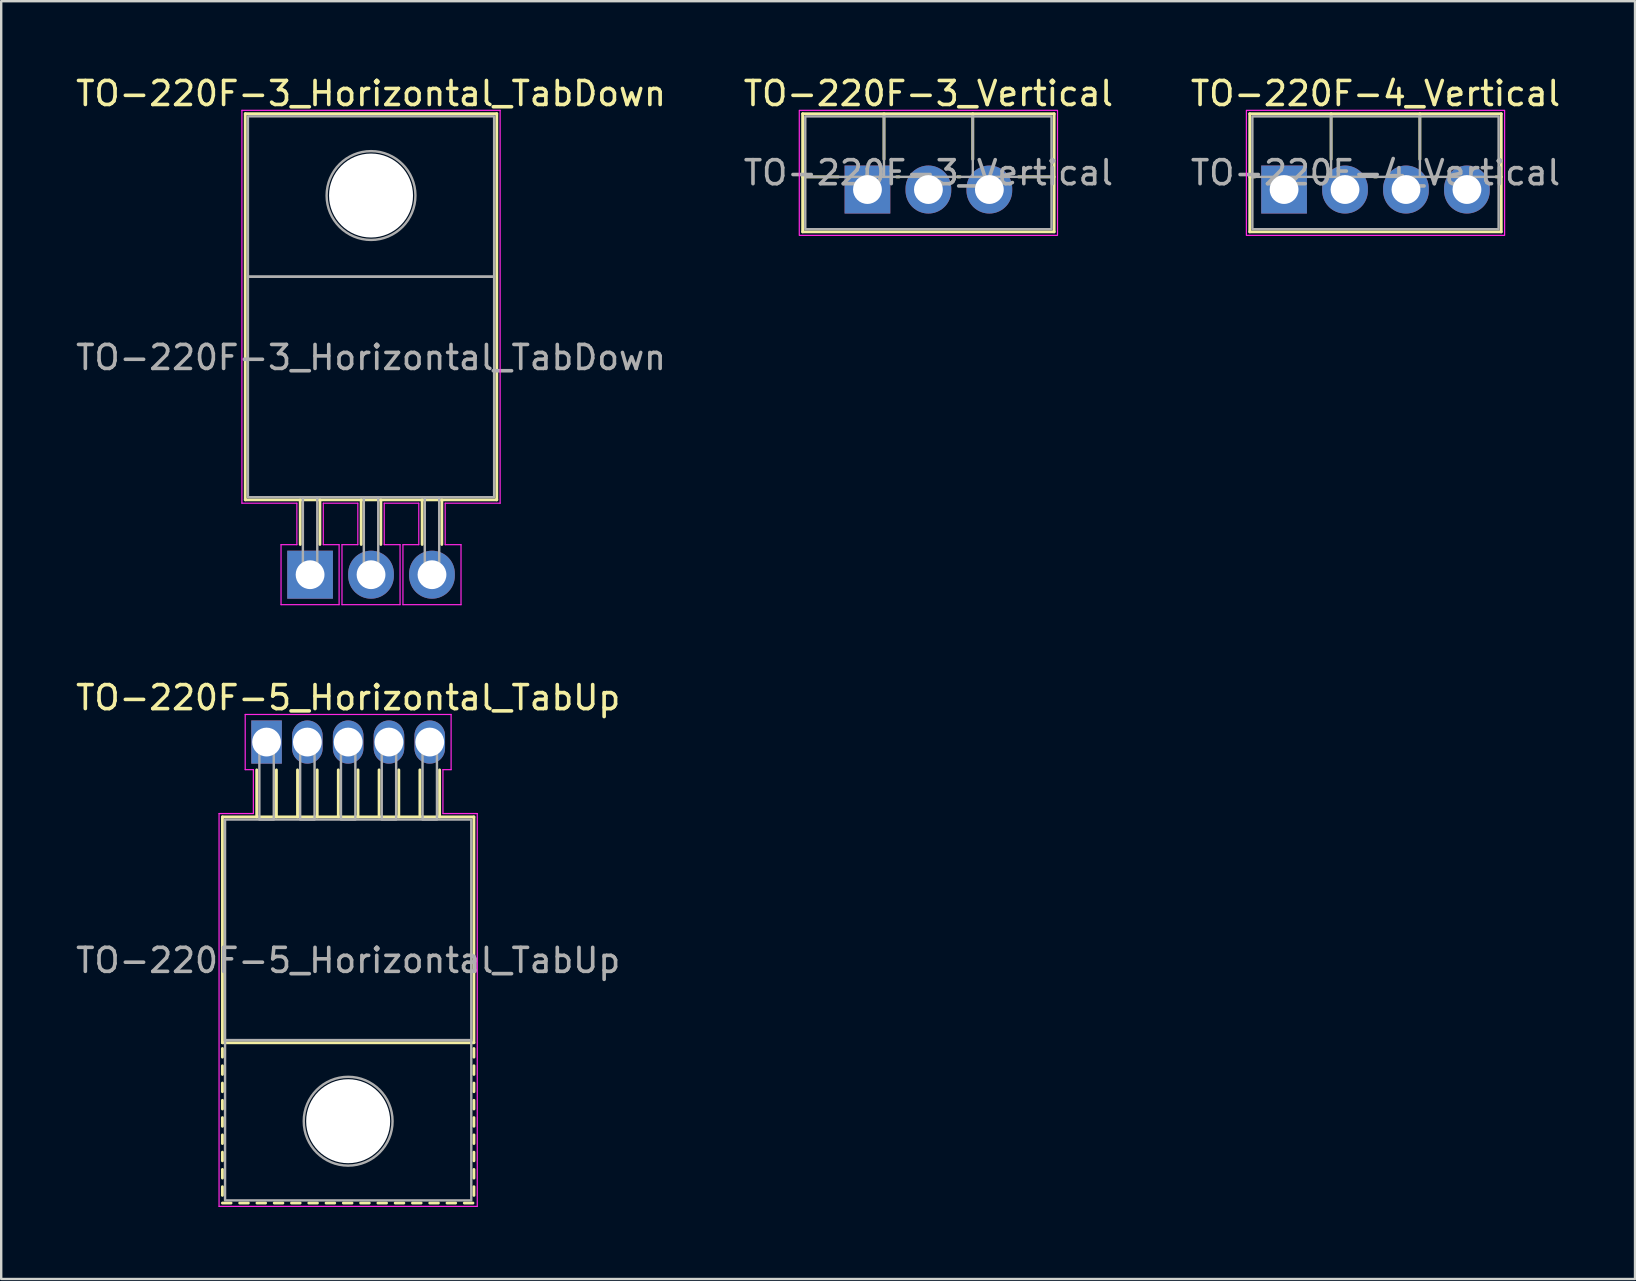
<source format=kicad_pcb>
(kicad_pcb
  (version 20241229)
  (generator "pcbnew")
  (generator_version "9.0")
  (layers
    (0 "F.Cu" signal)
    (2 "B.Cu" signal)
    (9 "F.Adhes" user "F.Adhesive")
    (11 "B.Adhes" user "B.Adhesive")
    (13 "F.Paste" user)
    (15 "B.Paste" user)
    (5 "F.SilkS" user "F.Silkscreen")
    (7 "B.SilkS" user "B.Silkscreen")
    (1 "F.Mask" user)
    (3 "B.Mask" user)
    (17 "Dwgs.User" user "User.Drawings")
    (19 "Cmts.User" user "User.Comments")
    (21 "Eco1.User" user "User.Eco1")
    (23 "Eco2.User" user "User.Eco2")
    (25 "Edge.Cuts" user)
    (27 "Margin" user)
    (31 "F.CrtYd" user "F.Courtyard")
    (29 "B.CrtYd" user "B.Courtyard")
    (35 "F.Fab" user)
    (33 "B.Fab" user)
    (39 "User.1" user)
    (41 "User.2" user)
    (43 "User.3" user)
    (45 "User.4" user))
  (footprint "TO-220F-3_Vertical"
    (layer "F.Cu")
    (at 33.097 4.848)
    (property "Reference" "TO-220F-3_Vertical" (at 2.54 -4 0) (layer "F.SilkS") (effects (font (size 1 1) (thickness 0.15))))
    (attr through_hole)
    (fp_line (start -2.7 -3.157) (end -2.7 1.763) (stroke (width 0.12) (type solid)) (layer "F.SilkS"))
    (fp_line (start -2.7 -3.157) (end 7.78 -3.157) (stroke (width 0.12) (type solid)) (layer "F.SilkS"))
    (fp_line (start -2.7 -0.527) (end -1.212 -0.527) (stroke (width 0.12) (type solid)) (layer "F.SilkS"))
    (fp_line (start -2.7 1.763) (end 7.78 1.763) (stroke (width 0.12) (type solid)) (layer "F.SilkS"))
    (fp_line (start 0.69 -3.157) (end 0.69 -1.26) (stroke (width 0.12) (type solid)) (layer "F.SilkS"))
    (fp_line (start 1.212 -0.527) (end 1.327 -0.528) (stroke (width 0.12) (type solid)) (layer "F.SilkS"))
    (fp_line (start 3.752 -0.528) (end 3.867 -0.528) (stroke (width 0.12) (type solid)) (layer "F.SilkS"))
    (fp_line (start 4.39 -3.157) (end 4.39 -1.26) (stroke (width 0.12) (type solid)) (layer "F.SilkS"))
    (fp_line (start 6.292 -0.528) (end 7.78 -0.527) (stroke (width 0.12) (type solid)) (layer "F.SilkS"))
    (fp_line (start 7.78 -3.157) (end 7.78 1.763) (stroke (width 0.12) (type solid)) (layer "F.SilkS"))
    (fp_rect (start 7.92 1.91) (end -2.84 -3.3) (stroke (width 0.05) (type solid)) (fill no) (layer "F.CrtYd"))
    (fp_line (start -2.59 -0.527) (end 7.67 -0.527) (stroke (width 0.1) (type solid)) (layer "F.Fab"))
    (fp_line (start 0.69 -3.047) (end 0.69 -0.527) (stroke (width 0.1) (type solid)) (layer "F.Fab"))
    (fp_line (start 4.39 -3.047) (end 4.39 -0.527) (stroke (width 0.1) (type solid)) (layer "F.Fab"))
    (fp_rect (start -2.59 -3.047) (end 7.67 1.653) (stroke (width 0.1) (type solid)) (fill no) (layer "F.Fab"))
    (fp_text user "${REFERENCE}" (at 2.54 -0.7 0) (layer "F.Fab") (effects (font (size 1 1) (thickness 0.15))))
    (pad "1" thru_hole rect (at 0 0) (size 1.905 2) (drill 1.2) (layers "*.Cu" "*.Mask"))
    (pad "2" thru_hole oval (at 2.54 0) (size 1.905 2) (drill 1.2) (layers "*.Cu" "*.Mask"))
    (pad "3" thru_hole oval (at 5.08 0) (size 1.905 2) (drill 1.2) (layers "*.Cu" "*.Mask")))
  (footprint "TO-220F-3_Horizontal_TabDown"
    (layer "F.Cu")
    (at 9.871 20.898)
    (property "Reference" "TO-220F-3_Horizontal_TabDown" (at 2.54 -20.05 0) (layer "F.SilkS") (effects (font (size 1 1) (thickness 0.15))))
    (attr through_hole)
    (fp_line (start -2.7 -19.21) (end 7.78 -19.21) (stroke (width 0.12) (type solid)) (layer "F.SilkS"))
    (fp_line (start -2.7 -3.12) (end -2.7 -19.21) (stroke (width 0.12) (type solid)) (layer "F.SilkS"))
    (fp_line (start -2.7 -3.12) (end 7.78 -3.12) (stroke (width 0.12) (type solid)) (layer "F.SilkS"))
    (fp_line (start -0.41 -3.12) (end -0.41 -1.26) (stroke (width 0.12) (type solid)) (layer "F.SilkS"))
    (fp_line (start 0.41 -3.12) (end 0.41 -1.26) (stroke (width 0.12) (type solid)) (layer "F.SilkS"))
    (fp_line (start 2.13 -3.12) (end 2.13 -1.26) (stroke (width 0.12) (type solid)) (layer "F.SilkS"))
    (fp_line (start 2.95 -3.12) (end 2.95 -1.26) (stroke (width 0.12) (type solid)) (layer "F.SilkS"))
    (fp_line (start 4.67 -3.12) (end 4.67 -1.26) (stroke (width 0.12) (type solid)) (layer "F.SilkS"))
    (fp_line (start 5.49 -3.12) (end 5.49 -1.26) (stroke (width 0.12) (type solid)) (layer "F.SilkS"))
    (fp_line (start 7.78 -3.12) (end 7.78 -19.21) (stroke (width 0.12) (type solid)) (layer "F.SilkS"))
    (fp_line (start -2.84 -19.35) (end 7.92 -19.35) (stroke (width 0.05) (type solid)) (layer "F.CrtYd"))
    (fp_line (start -2.84 -2.98) (end -2.84 -19.35) (stroke (width 0.05) (type solid)) (layer "F.CrtYd"))
    (fp_line (start -1.21 -1.25) (end -0.55 -1.25) (stroke (width 0.05) (type solid)) (layer "F.CrtYd"))
    (fp_line (start -1.21 1.25) (end -1.21 -1.25) (stroke (width 0.05) (type solid)) (layer "F.CrtYd"))
    (fp_line (start -0.55 -2.98) (end -2.84 -2.98) (stroke (width 0.05) (type solid)) (layer "F.CrtYd"))
    (fp_line (start -0.55 -1.25) (end -0.55 -2.98) (stroke (width 0.05) (type solid)) (layer "F.CrtYd"))
    (fp_line (start 0.55 -2.98) (end 0.55 -1.25) (stroke (width 0.05) (type solid)) (layer "F.CrtYd"))
    (fp_line (start 0.55 -1.25) (end 1.21 -1.25) (stroke (width 0.05) (type solid)) (layer "F.CrtYd"))
    (fp_line (start 1.21 -1.25) (end 1.21 1.25) (stroke (width 0.05) (type solid)) (layer "F.CrtYd"))
    (fp_line (start 1.21 1.25) (end -1.21 1.25) (stroke (width 0.05) (type solid)) (layer "F.CrtYd"))
    (fp_line (start 1.33 -1.25) (end 1.99 -1.25) (stroke (width 0.05) (type solid)) (layer "F.CrtYd"))
    (fp_line (start 1.33 1.25) (end 1.33 -1.25) (stroke (width 0.05) (type solid)) (layer "F.CrtYd"))
    (fp_line (start 1.99 -2.98) (end 0.55 -2.98) (stroke (width 0.05) (type solid)) (layer "F.CrtYd"))
    (fp_line (start 1.99 -1.25) (end 1.99 -2.98) (stroke (width 0.05) (type solid)) (layer "F.CrtYd"))
    (fp_line (start 3.09 -2.98) (end 3.09 -1.25) (stroke (width 0.05) (type solid)) (layer "F.CrtYd"))
    (fp_line (start 3.09 -1.25) (end 3.75 -1.25) (stroke (width 0.05) (type solid)) (layer "F.CrtYd"))
    (fp_line (start 3.75 -1.25) (end 3.75 1.25) (stroke (width 0.05) (type solid)) (layer "F.CrtYd"))
    (fp_line (start 3.75 1.25) (end 1.33 1.25) (stroke (width 0.05) (type solid)) (layer "F.CrtYd"))
    (fp_line (start 3.87 -1.25) (end 4.53 -1.25) (stroke (width 0.05) (type solid)) (layer "F.CrtYd"))
    (fp_line (start 3.87 1.25) (end 3.87 -1.25) (stroke (width 0.05) (type solid)) (layer "F.CrtYd"))
    (fp_line (start 4.53 -2.98) (end 3.09 -2.98) (stroke (width 0.05) (type solid)) (layer "F.CrtYd"))
    (fp_line (start 4.53 -1.25) (end 4.53 -2.98) (stroke (width 0.05) (type solid)) (layer "F.CrtYd"))
    (fp_line (start 5.63 -2.98) (end 5.63 -1.25) (stroke (width 0.05) (type solid)) (layer "F.CrtYd"))
    (fp_line (start 5.63 -1.25) (end 6.29 -1.25) (stroke (width 0.05) (type solid)) (layer "F.CrtYd"))
    (fp_line (start 6.29 -1.25) (end 6.29 1.25) (stroke (width 0.05) (type solid)) (layer "F.CrtYd"))
    (fp_line (start 6.29 1.25) (end 3.87 1.25) (stroke (width 0.05) (type solid)) (layer "F.CrtYd"))
    (fp_line (start 7.92 -19.35) (end 7.92 -2.98) (stroke (width 0.05) (type solid)) (layer "F.CrtYd"))
    (fp_line (start 7.92 -2.98) (end 5.63 -2.98) (stroke (width 0.05) (type solid)) (layer "F.CrtYd"))
    (fp_rect (start -2.59 -19.1) (end 7.67 -12.42) (stroke (width 0.1) (type solid)) (fill no) (layer "F.Fab"))
    (fp_rect (start -2.59 -3.23) (end 7.67 -12.42) (stroke (width 0.1) (type solid)) (fill no) (layer "F.Fab"))
    (fp_rect (start -0.3 -3.23) (end 0.3 0) (stroke (width 0.1) (type solid)) (fill no) (layer "F.Fab"))
    (fp_rect (start 2.24 -3.23) (end 2.84 0) (stroke (width 0.1) (type solid)) (fill no) (layer "F.Fab"))
    (fp_rect (start 4.78 -3.23) (end 5.38 0) (stroke (width 0.1) (type solid)) (fill no) (layer "F.Fab"))
    (fp_circle (center 2.54 -15.8) (end 4.39 -15.8) (stroke (width 0.1) (type solid)) (fill no) (layer "F.Fab"))
    (fp_text user "${REFERENCE}" (at 2.54 -9.05 0) (layer "F.Fab") (effects (font (size 1 1) (thickness 0.15))))
    (pad "" np_thru_hole circle (at 2.54 -15.8) (size 3.5 3.5) (drill 3.5) (layers "*.Cu" "*.Mask"))
    (pad "1" thru_hole rect (at 0 0) (size 1.905 2) (drill 1.2) (layers "*.Cu" "*.Mask"))
    (pad "2" thru_hole oval (at 2.54 0) (size 1.905 2) (drill 1.2) (layers "*.Cu" "*.Mask"))
    (pad "3" thru_hole oval (at 5.08 0) (size 1.905 2) (drill 1.2) (layers "*.Cu" "*.Mask")))
  (footprint "TO-220F-5_Horizontal_TabUp"
    (layer "F.Cu")
    (at 8.058 27.872)
    (property "Reference" "TO-220F-5_Horizontal_TabUp" (at 3.4 -1.85 0) (layer "F.SilkS") (effects (font (size 1 1) (thickness 0.15))))
    (attr through_hole)
    (fp_line (start -1.84 3.12) (end -1.84 12.53) (stroke (width 0.12) (type solid)) (layer "F.SilkS"))
    (fp_line (start -1.84 3.12) (end 8.64 3.12) (stroke (width 0.12) (type solid)) (layer "F.SilkS"))
    (fp_line (start -1.84 12.53) (end 8.64 12.53) (stroke (width 0.12) (type solid)) (layer "F.SilkS"))
    (fp_line (start -1.84 12.77) (end -1.84 13.13) (stroke (width 0.12) (type solid)) (layer "F.SilkS"))
    (fp_line (start -1.84 13.49) (end -1.84 13.85) (stroke (width 0.12) (type solid)) (layer "F.SilkS"))
    (fp_line (start -1.84 14.21) (end -1.84 14.57) (stroke (width 0.12) (type solid)) (layer "F.SilkS"))
    (fp_line (start -1.84 14.93) (end -1.84 15.29) (stroke (width 0.12) (type solid)) (layer "F.SilkS"))
    (fp_line (start -1.84 15.65) (end -1.84 16.01) (stroke (width 0.12) (type solid)) (layer "F.SilkS"))
    (fp_line (start -1.84 16.37) (end -1.84 16.73) (stroke (width 0.12) (type solid)) (layer "F.SilkS"))
    (fp_line (start -1.84 17.09) (end -1.84 17.45) (stroke (width 0.12) (type solid)) (layer "F.SilkS"))
    (fp_line (start -1.84 17.81) (end -1.84 18.17) (stroke (width 0.12) (type solid)) (layer "F.SilkS"))
    (fp_line (start -1.84 18.53) (end -1.84 18.89) (stroke (width 0.12) (type solid)) (layer "F.SilkS"))
    (fp_line (start -1.84 19.21) (end -1.48 19.21) (stroke (width 0.12) (type solid)) (layer "F.SilkS"))
    (fp_line (start -1.12 19.21) (end -0.76 19.21) (stroke (width 0.12) (type solid)) (layer "F.SilkS"))
    (fp_line (start -0.41 3.12) (end -0.41 1.16) (stroke (width 0.12) (type solid)) (layer "F.SilkS"))
    (fp_line (start -0.4 19.21) (end -0.04 19.21) (stroke (width 0.12) (type solid)) (layer "F.SilkS"))
    (fp_line (start 0.32 19.21) (end 0.68 19.21) (stroke (width 0.12) (type solid)) (layer "F.SilkS"))
    (fp_line (start 0.41 3.12) (end 0.41 1.16) (stroke (width 0.12) (type solid)) (layer "F.SilkS"))
    (fp_line (start 1.04 19.21) (end 1.4 19.21) (stroke (width 0.12) (type solid)) (layer "F.SilkS"))
    (fp_line (start 1.29 3.12) (end 1.29 1.16) (stroke (width 0.12) (type solid)) (layer "F.SilkS"))
    (fp_line (start 1.76 19.21) (end 2.12 19.21) (stroke (width 0.12) (type solid)) (layer "F.SilkS"))
    (fp_line (start 2.11 3.12) (end 2.11 1.16) (stroke (width 0.12) (type solid)) (layer "F.SilkS"))
    (fp_line (start 2.48 19.21) (end 2.84 19.21) (stroke (width 0.12) (type solid)) (layer "F.SilkS"))
    (fp_line (start 2.99 3.12) (end 2.99 1.16) (stroke (width 0.12) (type solid)) (layer "F.SilkS"))
    (fp_line (start 3.2 19.21) (end 3.56 19.21) (stroke (width 0.12) (type solid)) (layer "F.SilkS"))
    (fp_line (start 3.81 3.12) (end 3.81 1.16) (stroke (width 0.12) (type solid)) (layer "F.SilkS"))
    (fp_line (start 3.92 19.21) (end 4.28 19.21) (stroke (width 0.12) (type solid)) (layer "F.SilkS"))
    (fp_line (start 4.64 19.21) (end 5 19.21) (stroke (width 0.12) (type solid)) (layer "F.SilkS"))
    (fp_line (start 4.69 3.12) (end 4.69 1.16) (stroke (width 0.12) (type solid)) (layer "F.SilkS"))
    (fp_line (start 5.36 19.21) (end 5.72 19.21) (stroke (width 0.12) (type solid)) (layer "F.SilkS"))
    (fp_line (start 5.51 3.12) (end 5.51 1.16) (stroke (width 0.12) (type solid)) (layer "F.SilkS"))
    (fp_line (start 6.08 19.21) (end 6.44 19.21) (stroke (width 0.12) (type solid)) (layer "F.SilkS"))
    (fp_line (start 6.39 3.12) (end 6.39 1.16) (stroke (width 0.12) (type solid)) (layer "F.SilkS"))
    (fp_line (start 6.8 19.21) (end 7.16 19.21) (stroke (width 0.12) (type solid)) (layer "F.SilkS"))
    (fp_line (start 7.21 3.12) (end 7.21 1.16) (stroke (width 0.12) (type solid)) (layer "F.SilkS"))
    (fp_line (start 7.52 19.21) (end 7.88 19.21) (stroke (width 0.12) (type solid)) (layer "F.SilkS"))
    (fp_line (start 8.24 19.21) (end 8.6 19.21) (stroke (width 0.12) (type solid)) (layer "F.SilkS"))
    (fp_line (start 8.64 3.12) (end 8.64 12.53) (stroke (width 0.12) (type solid)) (layer "F.SilkS"))
    (fp_line (start 8.64 12.77) (end 8.64 13.13) (stroke (width 0.12) (type solid)) (layer "F.SilkS"))
    (fp_line (start 8.64 13.49) (end 8.64 13.85) (stroke (width 0.12) (type solid)) (layer "F.SilkS"))
    (fp_line (start 8.64 14.21) (end 8.64 14.57) (stroke (width 0.12) (type solid)) (layer "F.SilkS"))
    (fp_line (start 8.64 14.93) (end 8.64 15.29) (stroke (width 0.12) (type solid)) (layer "F.SilkS"))
    (fp_line (start 8.64 15.65) (end 8.64 16.01) (stroke (width 0.12) (type solid)) (layer "F.SilkS"))
    (fp_line (start 8.64 16.37) (end 8.64 16.73) (stroke (width 0.12) (type solid)) (layer "F.SilkS"))
    (fp_line (start 8.64 17.09) (end 8.64 17.45) (stroke (width 0.12) (type solid)) (layer "F.SilkS"))
    (fp_line (start 8.64 17.81) (end 8.64 18.17) (stroke (width 0.12) (type solid)) (layer "F.SilkS"))
    (fp_line (start 8.64 18.53) (end 8.64 18.89) (stroke (width 0.12) (type solid)) (layer "F.SilkS"))
    (fp_line (start -1.98 2.98) (end -0.55 2.98) (stroke (width 0.05) (type solid)) (layer "F.CrtYd"))
    (fp_line (start -1.98 19.35) (end -1.98 2.98) (stroke (width 0.05) (type solid)) (layer "F.CrtYd"))
    (fp_line (start -0.89 -1.15) (end 7.69 -1.15) (stroke (width 0.05) (type solid)) (layer "F.CrtYd"))
    (fp_line (start -0.89 1.15) (end -0.89 -1.15) (stroke (width 0.05) (type solid)) (layer "F.CrtYd"))
    (fp_line (start -0.55 1.15) (end -0.89 1.15) (stroke (width 0.05) (type solid)) (layer "F.CrtYd"))
    (fp_line (start -0.55 2.98) (end -0.55 1.15) (stroke (width 0.05) (type solid)) (layer "F.CrtYd"))
    (fp_line (start 7.35 1.15) (end 7.35 2.98) (stroke (width 0.05) (type solid)) (layer "F.CrtYd"))
    (fp_line (start 7.35 2.98) (end 8.78 2.98) (stroke (width 0.05) (type solid)) (layer "F.CrtYd"))
    (fp_line (start 7.69 -1.15) (end 7.69 1.15) (stroke (width 0.05) (type solid)) (layer "F.CrtYd"))
    (fp_line (start 7.69 1.15) (end 7.35 1.15) (stroke (width 0.05) (type solid)) (layer "F.CrtYd"))
    (fp_line (start 8.78 2.98) (end 8.78 19.35) (stroke (width 0.05) (type solid)) (layer "F.CrtYd"))
    (fp_line (start 8.78 19.35) (end -1.98 19.35) (stroke (width 0.05) (type solid)) (layer "F.CrtYd"))
    (fp_rect (start -1.73 3.23) (end 8.53 12.42) (stroke (width 0.1) (type solid)) (fill no) (layer "F.Fab"))
    (fp_rect (start -1.73 12.42) (end 8.53 19.1) (stroke (width 0.1) (type solid)) (fill no) (layer "F.Fab"))
    (fp_rect (start -0.3 3.23) (end 0.3 0) (stroke (width 0.1) (type solid)) (fill no) (layer "F.Fab"))
    (fp_rect (start 1.4 3.23) (end 2 0) (stroke (width 0.1) (type solid)) (fill no) (layer "F.Fab"))
    (fp_rect (start 3.1 3.23) (end 3.7 0) (stroke (width 0.1) (type solid)) (fill no) (layer "F.Fab"))
    (fp_rect (start 4.8 3.23) (end 5.4 0) (stroke (width 0.1) (type solid)) (fill no) (layer "F.Fab"))
    (fp_rect (start 6.5 3.23) (end 7.1 0) (stroke (width 0.1) (type solid)) (fill no) (layer "F.Fab"))
    (fp_circle (center 3.4 15.8) (end 5.25 15.8) (stroke (width 0.1) (type solid)) (fill no) (layer "F.Fab"))
    (fp_text user "${REFERENCE}" (at 3.4 9.1 0) (layer "F.Fab") (effects (font (size 1 1) (thickness 0.15))))
    (pad "" np_thru_hole circle (at 3.4 15.8) (size 3.5 3.5) (drill 3.5) (layers "*.Cu" "*.Mask"))
    (pad "1" thru_hole rect (at 0 0) (size 1.275 1.8) (drill 1.2) (layers "*.Cu" "*.Mask"))
    (pad "2" thru_hole oval (at 1.7 0) (size 1.275 1.8) (drill 1.2) (layers "*.Cu" "*.Mask"))
    (pad "3" thru_hole oval (at 3.4 0) (size 1.275 1.8) (drill 1.2) (layers "*.Cu" "*.Mask"))
    (pad "4" thru_hole oval (at 5.1 0) (size 1.275 1.8) (drill 1.2) (layers "*.Cu" "*.Mask"))
    (pad "5" thru_hole oval (at 6.8 0) (size 1.275 1.8) (drill 1.2) (layers "*.Cu" "*.Mask")))
  (footprint "TO-220F-4_Vertical"
    (layer "F.Cu")
    (at 50.458 4.848)
    (property "Reference" "TO-220F-4_Vertical" (at 3.81 -4 0) (layer "F.SilkS") (effects (font (size 1 1) (thickness 0.15))))
    (attr through_hole)
    (fp_line (start -1.43 -3.157) (end -1.43 1.763) (stroke (width 0.12) (type solid)) (layer "F.SilkS"))
    (fp_line (start -1.43 -3.157) (end 9.05 -3.157) (stroke (width 0.12) (type solid)) (layer "F.SilkS"))
    (fp_line (start -1.43 -0.527) (end -1.212 -0.527) (stroke (width 0.12) (type solid)) (layer "F.SilkS"))
    (fp_line (start -1.43 1.763) (end 9.05 1.763) (stroke (width 0.12) (type solid)) (layer "F.SilkS"))
    (fp_line (start 1.212 -0.527) (end 1.328 -0.528) (stroke (width 0.12) (type solid)) (layer "F.SilkS"))
    (fp_line (start 1.96 -3.157) (end 1.96 -1.26) (stroke (width 0.12) (type solid)) (layer "F.SilkS"))
    (fp_line (start 3.753 -0.528) (end 3.867 -0.528) (stroke (width 0.12) (type solid)) (layer "F.SilkS"))
    (fp_line (start 5.66 -3.157) (end 5.66 -1.26) (stroke (width 0.12) (type solid)) (layer "F.SilkS"))
    (fp_line (start 6.292 -0.528) (end 6.408 -0.528) (stroke (width 0.12) (type solid)) (layer "F.SilkS"))
    (fp_line (start 8.832 -0.527) (end 9.05 -0.527) (stroke (width 0.12) (type solid)) (layer "F.SilkS"))
    (fp_line (start 9.05 -3.157) (end 9.05 1.763) (stroke (width 0.12) (type solid)) (layer "F.SilkS"))
    (fp_rect (start 9.19 1.91) (end -1.57 -3.3) (stroke (width 0.05) (type solid)) (fill no) (layer "F.CrtYd"))
    (fp_line (start -1.32 -0.527) (end 8.94 -0.527) (stroke (width 0.1) (type solid)) (layer "F.Fab"))
    (fp_line (start 1.96 -3.047) (end 1.96 -0.527) (stroke (width 0.1) (type solid)) (layer "F.Fab"))
    (fp_line (start 5.66 -3.047) (end 5.66 -0.527) (stroke (width 0.1) (type solid)) (layer "F.Fab"))
    (fp_rect (start -1.32 -3.047) (end 8.94 1.653) (stroke (width 0.1) (type solid)) (fill no) (layer "F.Fab"))
    (fp_text user "${REFERENCE}" (at 3.81 -0.7 0) (layer "F.Fab") (effects (font (size 1 1) (thickness 0.15))))
    (pad "1" thru_hole rect (at 0 0) (size 1.905 2) (drill 1.2) (layers "*.Cu" "*.Mask"))
    (pad "2" thru_hole oval (at 2.54 0) (size 1.905 2) (drill 1.2) (layers "*.Cu" "*.Mask"))
    (pad "3" thru_hole oval (at 5.08 0) (size 1.905 2) (drill 1.2) (layers "*.Cu" "*.Mask"))
    (pad "4" thru_hole oval (at 7.62 0) (size 1.905 2) (drill 1.2) (layers "*.Cu" "*.Mask")))
  (gr_rect
    (start -3 -3)
    (end 65.083 50.246)
    (stroke (width 0.1) (type default))
    (fill no)
    (layer "Edge.Cuts")))
</source>
